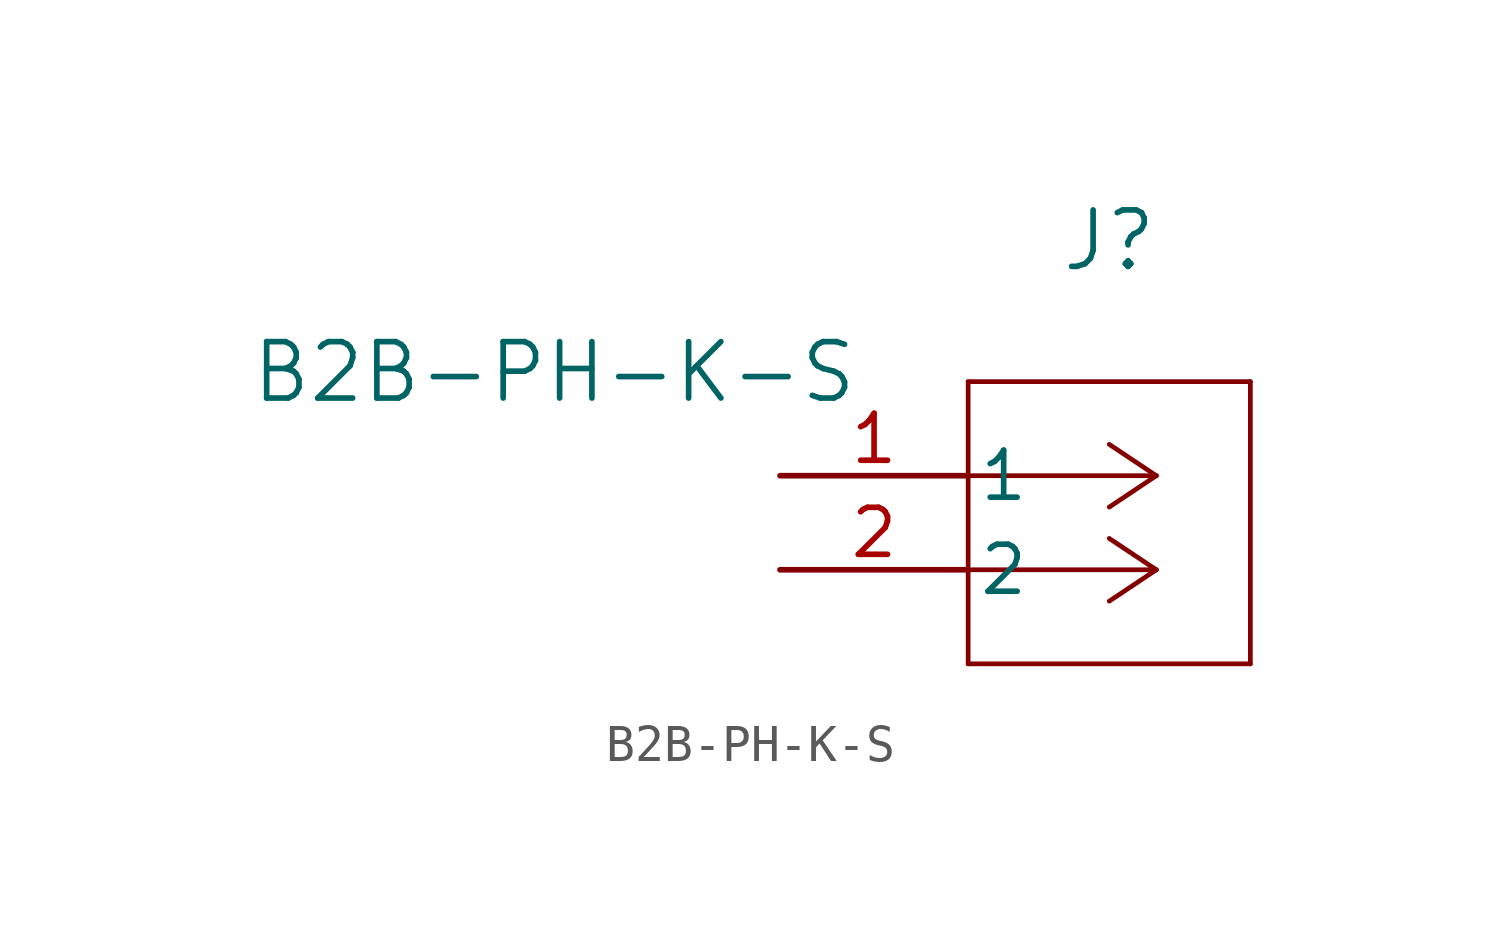
<source format=kicad_sym>
(kicad_symbol_lib
  (version 20231120)
  (generator "kicad_symbol_editor")
  (generator_version "8.0")
  (symbol "B2B-PH-K-S"
    (pin_names
      (offset 0.254))
    (property "Reference" "J"
      (at 8.89 6.35 0)
      (effects (font (size 1.524 1.524))))
    (property "Value" "B2B-PH-K-S"
      (at -6.096 2.794 0)
      (effects (font (size 1.524 1.524))))
    (property "ki_locked" ""
      (at 0 0 0)
      (effects (font (size 1.27 1.27))))
    (symbol "B2B-PH-K-S_1_1"
      (polyline (pts (xy 5.08 -5.08) (xy 12.7 -5.08)) (stroke (width 0.127) (type default)) (fill (type none)))
      (polyline (pts (xy 5.08 2.54) (xy 5.08 -5.08)) (stroke (width 0.127) (type default)) (fill (type none)))
      (polyline (pts (xy 10.16 -2.54) (xy 5.08 -2.54)) (stroke (width 0.127) (type default)) (fill (type none)))
      (polyline (pts (xy 10.16 -2.54) (xy 8.89 -3.387)) (stroke (width 0.127) (type default)) (fill (type none)))
      (polyline (pts (xy 10.16 -2.54) (xy 8.89 -1.693)) (stroke (width 0.127) (type default)) (fill (type none)))
      (polyline (pts (xy 10.16 0) (xy 5.08 0)) (stroke (width 0.127) (type default)) (fill (type none)))
      (polyline (pts (xy 10.16 0) (xy 8.89 -0.847)) (stroke (width 0.127) (type default)) (fill (type none)))
      (polyline (pts (xy 10.16 0) (xy 8.89 0.847)) (stroke (width 0.127) (type default)) (fill (type none)))
      (polyline (pts (xy 12.7 -5.08) (xy 12.7 2.54)) (stroke (width 0.127) (type default)) (fill (type none)))
      (polyline (pts (xy 12.7 2.54) (xy 5.08 2.54)) (stroke (width 0.127) (type default)) (fill (type none)))
      (pin unspecified line (at 0 0 0) (length 5.08) (name "1" (effects (font (size 1.27 1.27)))) (number "1" (effects (font (size 1.27 1.27)))))
      (pin unspecified line (at 0 -2.54 0) (length 5.08) (name "2" (effects (font (size 1.27 1.27)))) (number "2" (effects (font (size 1.27 1.27))))))))
</source>
